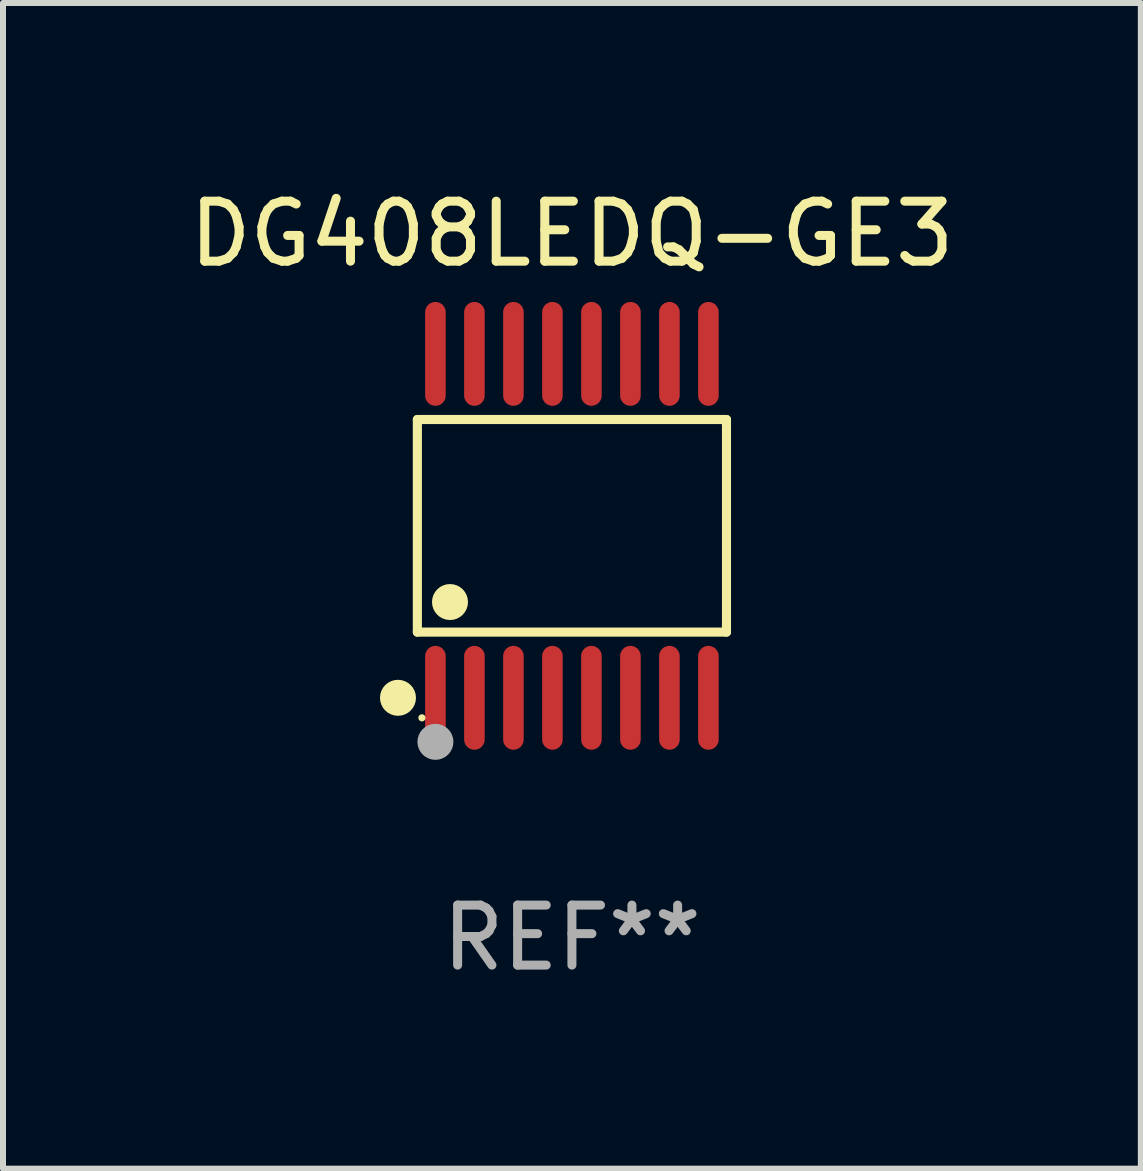
<source format=kicad_pcb>
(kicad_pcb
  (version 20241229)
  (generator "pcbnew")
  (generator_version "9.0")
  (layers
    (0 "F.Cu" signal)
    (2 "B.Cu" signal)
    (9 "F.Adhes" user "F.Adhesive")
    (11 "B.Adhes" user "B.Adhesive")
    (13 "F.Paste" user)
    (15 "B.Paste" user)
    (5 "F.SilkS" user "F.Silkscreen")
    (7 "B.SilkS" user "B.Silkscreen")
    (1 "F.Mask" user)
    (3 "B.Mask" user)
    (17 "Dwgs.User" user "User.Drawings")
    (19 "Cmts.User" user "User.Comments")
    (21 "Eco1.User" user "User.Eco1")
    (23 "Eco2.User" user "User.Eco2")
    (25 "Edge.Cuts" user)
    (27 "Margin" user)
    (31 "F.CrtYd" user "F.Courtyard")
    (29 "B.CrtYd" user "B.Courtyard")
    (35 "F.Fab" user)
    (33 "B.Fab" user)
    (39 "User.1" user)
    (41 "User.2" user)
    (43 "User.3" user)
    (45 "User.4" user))
  (footprint "DG408LEDQ-GE3"
    (layer "F.Cu")
    (at 6.482 5.714)
    (property "Reference" "DG408LEDQ-GE3" (at 0 -4.866 0) (layer "F.SilkS") (effects (font (size 1 1) (thickness 0.15))))
    (attr through_hole)
    (fp_line (start -2.576 -1.772) (end 2.576 -1.772) (stroke (width 0.152) (type solid)) (layer "F.SilkS"))
    (fp_line (start -2.576 1.771) (end -2.576 -1.772) (stroke (width 0.152) (type solid)) (layer "F.SilkS"))
    (fp_line (start 2.576 -1.772) (end 2.576 1.771) (stroke (width 0.152) (type solid)) (layer "F.SilkS"))
    (fp_line (start 2.576 1.771) (end -2.576 1.771) (stroke (width 0.152) (type solid)) (layer "F.SilkS"))
    (fp_circle (center -2.899 2.866) (end -2.749 2.866) (stroke (width 0.3) (type solid)) (fill no) (layer "F.SilkS"))
    (fp_circle (center -2.5 3.2) (end -2.47 3.2) (stroke (width 0.06) (type solid)) (fill no) (layer "F.SilkS"))
    (fp_circle (center -2.032 1.27) (end -1.882 1.27) (stroke (width 0.3) (type solid)) (fill no) (layer "F.SilkS"))
    (fp_circle (center -2.275 3.6) (end -2.125 3.6) (stroke (width 0.3) (type solid)) (fill no) (layer "F.Fab"))
    (fp_text user "REF**" (at 0 6.866 0) (layer "F.Fab") (effects (font (size 1 1) (thickness 0.15))))
    (pad "1" smd oval (at -2.275 2.866) (size 0.343 1.731) (layers "F.Cu" "F.Mask" "F.Paste"))
    (pad "2" smd oval (at -1.625 2.866) (size 0.343 1.731) (layers "F.Cu" "F.Mask" "F.Paste"))
    (pad "3" smd oval (at -0.975 2.866) (size 0.343 1.731) (layers "F.Cu" "F.Mask" "F.Paste"))
    (pad "4" smd oval (at -0.325 2.866) (size 0.343 1.731) (layers "F.Cu" "F.Mask" "F.Paste"))
    (pad "5" smd oval (at 0.325 2.866) (size 0.343 1.731) (layers "F.Cu" "F.Mask" "F.Paste"))
    (pad "6" smd oval (at 0.975 2.866) (size 0.343 1.731) (layers "F.Cu" "F.Mask" "F.Paste"))
    (pad "7" smd oval (at 1.625 2.866) (size 0.343 1.731) (layers "F.Cu" "F.Mask" "F.Paste"))
    (pad "8" smd oval (at 2.275 2.866) (size 0.343 1.731) (layers "F.Cu" "F.Mask" "F.Paste"))
    (pad "9" smd oval (at 2.275 -2.866) (size 0.343 1.731) (layers "F.Cu" "F.Mask" "F.Paste"))
    (pad "10" smd oval (at 1.625 -2.866) (size 0.343 1.731) (layers "F.Cu" "F.Mask" "F.Paste"))
    (pad "11" smd oval (at 0.975 -2.866) (size 0.343 1.731) (layers "F.Cu" "F.Mask" "F.Paste"))
    (pad "12" smd oval (at 0.325 -2.866) (size 0.343 1.731) (layers "F.Cu" "F.Mask" "F.Paste"))
    (pad "13" smd oval (at -0.325 -2.866) (size 0.343 1.731) (layers "F.Cu" "F.Mask" "F.Paste"))
    (pad "14" smd oval (at -0.975 -2.866) (size 0.343 1.731) (layers "F.Cu" "F.Mask" "F.Paste"))
    (pad "15" smd oval (at -1.625 -2.866) (size 0.343 1.731) (layers "F.Cu" "F.Mask" "F.Paste"))
    (pad "16" smd oval (at -2.275 -2.866) (size 0.343 1.731) (layers "F.Cu" "F.Mask" "F.Paste")))
  (gr_rect
    (start -3 -3)
    (end 15.964 16.428)
    (stroke (width 0.1) (type default))
    (fill no)
    (layer "Edge.Cuts")))
</source>
